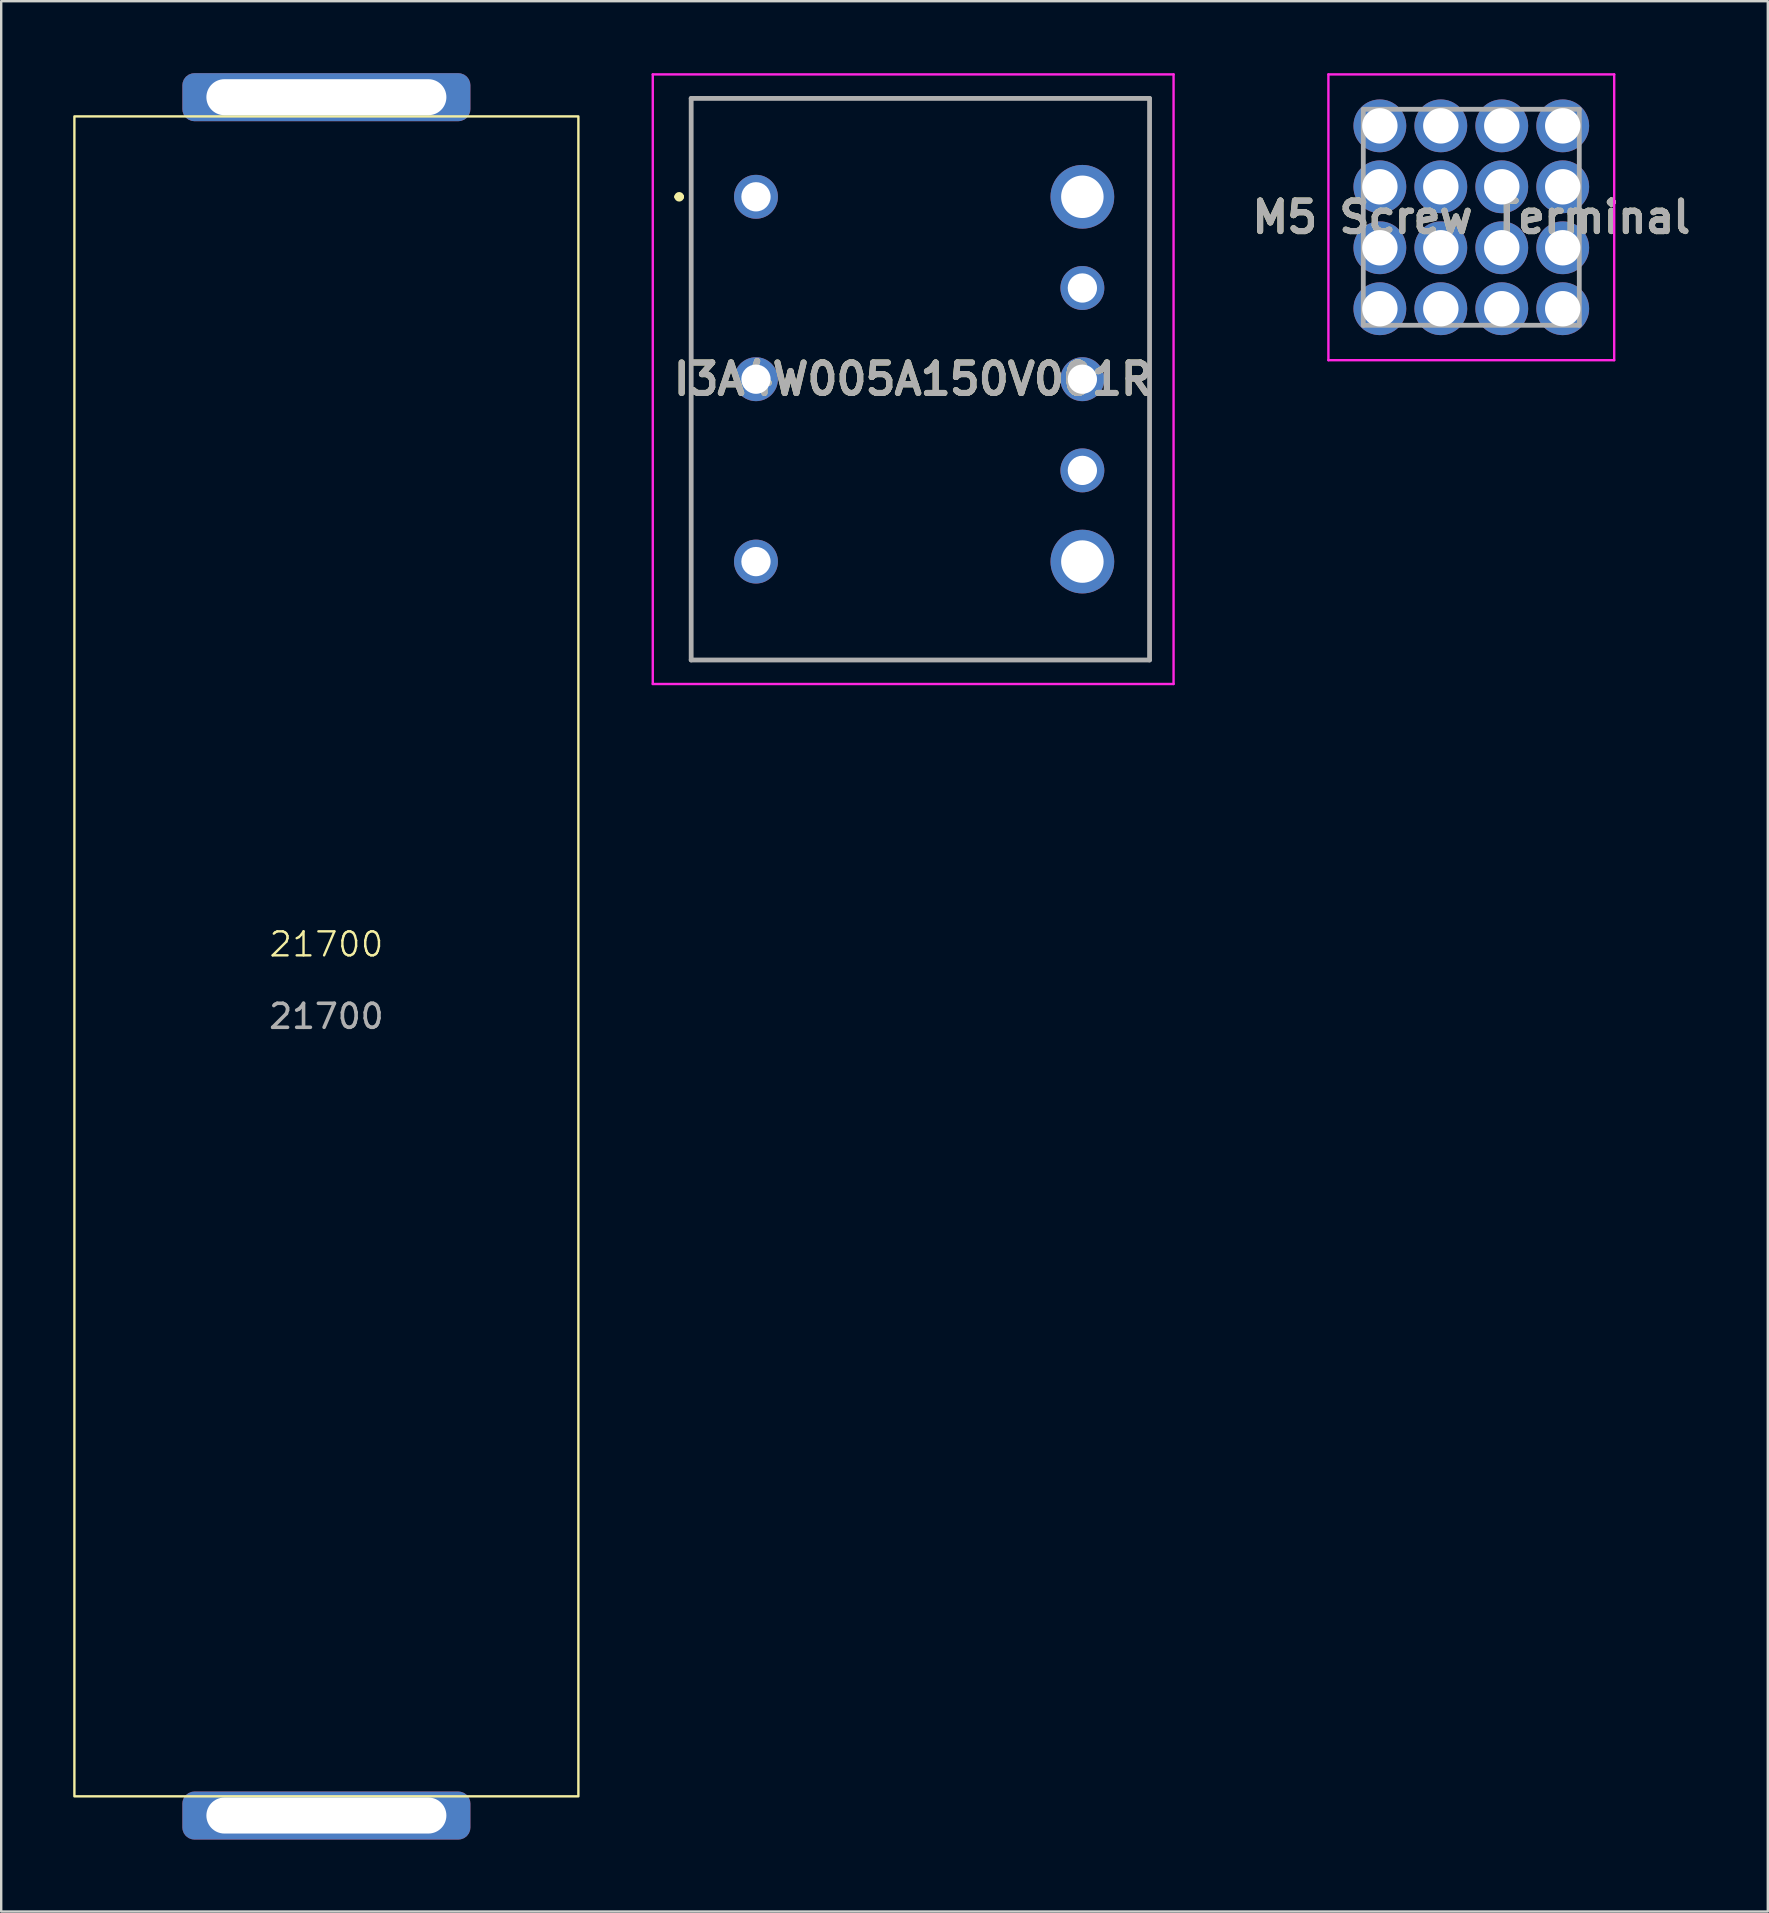
<source format=kicad_pcb>
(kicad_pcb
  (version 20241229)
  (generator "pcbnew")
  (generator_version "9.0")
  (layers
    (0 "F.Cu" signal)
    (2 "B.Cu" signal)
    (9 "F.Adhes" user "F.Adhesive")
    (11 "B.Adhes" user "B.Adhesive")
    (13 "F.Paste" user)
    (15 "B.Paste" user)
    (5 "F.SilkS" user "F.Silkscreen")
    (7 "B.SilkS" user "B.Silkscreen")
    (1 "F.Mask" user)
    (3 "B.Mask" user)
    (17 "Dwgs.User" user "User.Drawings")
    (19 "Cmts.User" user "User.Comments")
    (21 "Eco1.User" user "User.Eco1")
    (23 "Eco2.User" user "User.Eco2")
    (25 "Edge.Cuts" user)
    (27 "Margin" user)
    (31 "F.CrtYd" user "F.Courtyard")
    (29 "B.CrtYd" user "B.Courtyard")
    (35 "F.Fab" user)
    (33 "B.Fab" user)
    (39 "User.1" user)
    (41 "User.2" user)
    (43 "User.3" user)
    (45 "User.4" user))
  (footprint "M5 Screw Terminal"
    (layer "F.Cu")
    (at 54.446 9.814)
    (property "Reference" "M5 Screw Terminal" (at 3.81 -3.81 0) (layer "F.SilkS") (effects (font (size 1.27 1.27) (thickness 0.254))))
    (attr through_hole)
    (fp_line (start -0.69 -4.01) (end -0.69 -3.61) (stroke (width 0.1) (type solid)) (layer "F.SilkS"))
    (fp_line (start 3.61 -8.31) (end 4.01 -8.31) (stroke (width 0.1) (type solid)) (layer "F.SilkS"))
    (fp_line (start 3.61 0.69) (end 4.01 0.69) (stroke (width 0.1) (type solid)) (layer "F.SilkS"))
    (fp_line (start 8.31 -4.01) (end 8.31 -3.61) (stroke (width 0.1) (type solid)) (layer "F.SilkS"))
    (fp_line (start -2.144 -9.764) (end 9.764 -9.764) (stroke (width 0.1) (type solid)) (layer "F.CrtYd"))
    (fp_line (start -2.144 2.144) (end -2.144 -9.764) (stroke (width 0.1) (type solid)) (layer "F.CrtYd"))
    (fp_line (start 9.764 -9.764) (end 9.764 2.144) (stroke (width 0.1) (type solid)) (layer "F.CrtYd"))
    (fp_line (start 9.764 2.144) (end -2.144 2.144) (stroke (width 0.1) (type solid)) (layer "F.CrtYd"))
    (fp_line (start -0.69 -8.31) (end 8.31 -8.31) (stroke (width 0.2) (type solid)) (layer "F.Fab"))
    (fp_line (start -0.69 0.69) (end -0.69 -8.31) (stroke (width 0.2) (type solid)) (layer "F.Fab"))
    (fp_line (start 8.31 -8.31) (end 8.31 0.69) (stroke (width 0.2) (type solid)) (layer "F.Fab"))
    (fp_line (start 8.31 0.69) (end -0.69 0.69) (stroke (width 0.2) (type solid)) (layer "F.Fab"))
    (fp_text user "${REFERENCE}" (at 3.81 -3.81 0) (layer "F.Fab") (effects (font (size 1.27 1.27) (thickness 0.254))))
    (pad "1" thru_hole circle (at 0 -7.62) (size 2.2 2.2) (drill 1.475) (layers "*.Cu" "*.Mask"))
    (pad "1" thru_hole circle (at 0 -5.08) (size 2.2 2.2) (drill 1.475) (layers "*.Cu" "*.Mask"))
    (pad "1" thru_hole circle (at 0 -2.54) (size 2.2 2.2) (drill 1.475) (layers "*.Cu" "*.Mask"))
    (pad "1" thru_hole circle (at 0 0) (size 2.2 2.2) (drill 1.475) (layers "*.Cu" "*.Mask"))
    (pad "1" thru_hole circle (at 2.54 -7.62) (size 2.2 2.2) (drill 1.475) (layers "*.Cu" "*.Mask"))
    (pad "1" thru_hole circle (at 2.54 -5.08) (size 2.2 2.2) (drill 1.475) (layers "*.Cu" "*.Mask"))
    (pad "1" thru_hole circle (at 2.54 -2.54) (size 2.2 2.2) (drill 1.475) (layers "*.Cu" "*.Mask"))
    (pad "1" thru_hole circle (at 2.54 0) (size 2.2 2.2) (drill 1.475) (layers "*.Cu" "*.Mask"))
    (pad "1" thru_hole circle (at 5.08 -7.62) (size 2.2 2.2) (drill 1.475) (layers "*.Cu" "*.Mask"))
    (pad "1" thru_hole circle (at 5.08 -5.08) (size 2.2 2.2) (drill 1.475) (layers "*.Cu" "*.Mask"))
    (pad "1" thru_hole circle (at 5.08 -2.54) (size 2.2 2.2) (drill 1.475) (layers "*.Cu" "*.Mask"))
    (pad "1" thru_hole circle (at 5.08 0) (size 2.2 2.2) (drill 1.475) (layers "*.Cu" "*.Mask"))
    (pad "1" thru_hole circle (at 7.62 -7.62) (size 2.2 2.2) (drill 1.475) (layers "*.Cu" "*.Mask"))
    (pad "1" thru_hole circle (at 7.62 -5.08) (size 2.2 2.2) (drill 1.475) (layers "*.Cu" "*.Mask"))
    (pad "1" thru_hole circle (at 7.62 -2.54) (size 2.2 2.2) (drill 1.475) (layers "*.Cu" "*.Mask"))
    (pad "1" thru_hole circle (at 7.62 0) (size 2.2 2.2) (drill 1.475) (layers "*.Cu" "*.Mask")))
  (footprint "I3A4W005A150V001R"
    (layer "F.Cu")
    (at 28.45 5.15)
    (property "Reference" "I3A4W005A150V001R" (at 6.55 7.6 0) (layer "F.SilkS") (effects (font (size 1.27 1.27) (thickness 0.254))))
    (attr through_hole)
    (fp_line (start -3.3 0) (end -3.3 0) (stroke (width 0.2) (type solid)) (layer "F.SilkS"))
    (fp_line (start -3.1 0) (end -3.1 0) (stroke (width 0.2) (type solid)) (layer "F.SilkS"))
    (fp_line (start -2.7 -4.1) (end 16.4 -4.1) (stroke (width 0.1) (type solid)) (layer "F.SilkS"))
    (fp_line (start -2.7 19.3) (end -2.7 -4.1) (stroke (width 0.1) (type solid)) (layer "F.SilkS"))
    (fp_line (start 16.4 -4.1) (end 16.4 19.3) (stroke (width 0.1) (type solid)) (layer "F.SilkS"))
    (fp_line (start 16.4 19.3) (end -2.7 19.3) (stroke (width 0.1) (type solid)) (layer "F.SilkS"))
    (fp_arc (start -3.3 0) (mid -3.2 -0.1) (end -3.1 0) (stroke (width 0.2) (type solid)) (layer "F.SilkS"))
    (fp_arc (start -3.1 0) (mid -3.2 0.1) (end -3.3 0) (stroke (width 0.2) (type solid)) (layer "F.SilkS"))
    (fp_line (start -4.3 -5.1) (end 17.4 -5.1) (stroke (width 0.1) (type solid)) (layer "F.CrtYd"))
    (fp_line (start -4.3 20.3) (end -4.3 -5.1) (stroke (width 0.1) (type solid)) (layer "F.CrtYd"))
    (fp_line (start 17.4 -5.1) (end 17.4 20.3) (stroke (width 0.1) (type solid)) (layer "F.CrtYd"))
    (fp_line (start 17.4 20.3) (end -4.3 20.3) (stroke (width 0.1) (type solid)) (layer "F.CrtYd"))
    (fp_line (start -2.7 -4.1) (end 16.4 -4.1) (stroke (width 0.2) (type solid)) (layer "F.Fab"))
    (fp_line (start -2.7 19.3) (end -2.7 -4.1) (stroke (width 0.2) (type solid)) (layer "F.Fab"))
    (fp_line (start 16.4 -4.1) (end 16.4 19.3) (stroke (width 0.2) (type solid)) (layer "F.Fab"))
    (fp_line (start 16.4 19.3) (end -2.7 19.3) (stroke (width 0.2) (type solid)) (layer "F.Fab"))
    (fp_text user "${REFERENCE}" (at 6.55 7.6 0) (layer "F.Fab") (effects (font (size 1.27 1.27) (thickness 0.254))))
    (pad "1" thru_hole circle (at 0 0) (size 1.83 1.83) (drill 1.22) (layers "*.Cu" "*.Mask"))
    (pad "2" thru_hole circle (at 0 7.6) (size 1.83 1.83) (drill 1.22) (layers "*.Cu" "*.Mask"))
    (pad "3" thru_hole circle (at 0 15.2) (size 1.83 1.83) (drill 1.22) (layers "*.Cu" "*.Mask"))
    (pad "4" thru_hole circle (at 13.6 15.2) (size 2.655 2.655) (drill 1.77) (layers "*.Cu" "*.Mask"))
    (pad "5" thru_hole circle (at 13.6 11.4) (size 1.83 1.83) (drill 1.22) (layers "*.Cu" "*.Mask"))
    (pad "6" thru_hole circle (at 13.6 7.6) (size 1.83 1.83) (drill 1.22) (layers "*.Cu" "*.Mask"))
    (pad "7" thru_hole circle (at 13.6 3.8) (size 1.83 1.83) (drill 1.22) (layers "*.Cu" "*.Mask"))
    (pad "8" thru_hole circle (at 13.6 0) (size 2.655 2.655) (drill 1.77) (layers "*.Cu" "*.Mask")))
  (footprint "21700"
    (layer "F.Cu")
    (at 10.55 36.8)
    (property "Reference" "21700" (at 0 -0.5 0) (unlocked yes) (layer "F.SilkS") (effects (font (size 1 1) (thickness 0.1))))
    (attr smd)
    (fp_rect (start -10.5 -35) (end 10.5 35) (stroke (width 0.1) (type default)) (fill no) (layer "F.SilkS"))
    (fp_text user "${REFERENCE}" (at 0 2.5 0) (unlocked yes) (layer "F.Fab") (effects (font (size 1 1) (thickness 0.15))))
    (pad "1" thru_hole roundrect (at 0 -35.8) (size 12 2) (drill oval 10 1.5) (layers "*.Cu" "*.Mask" "Eco2.User") (roundrect_rratio 0.25))
    (pad "2" thru_hole roundrect (at 0 35.8) (size 12 2) (drill oval 10 1.5) (layers "*.Cu" "*.Mask" "Eco2.User") (roundrect_rratio 0.25))
    (zone (net_name "") (layer "F.SilkS") (name "Cell Area") (hatch edge 0.5) (connect_pads) (min_thickness 0.25) (filled_areas_thickness no) (keepout (tracks allowed) (vias allowed) (pads allowed) (copperpour allowed) (footprints not_allowed)) (placement (enabled no)) (fill) (polygon (pts (xy 0.05 71.8) (xy 21.05 71.8) (xy 21.05 1.8) (xy 0.05 1.8)))))
  (gr_rect
    (start -3 -3)
    (end 70.611 76.6)
    (stroke (width 0.1) (type default))
    (fill no)
    (layer "Edge.Cuts")))
</source>
